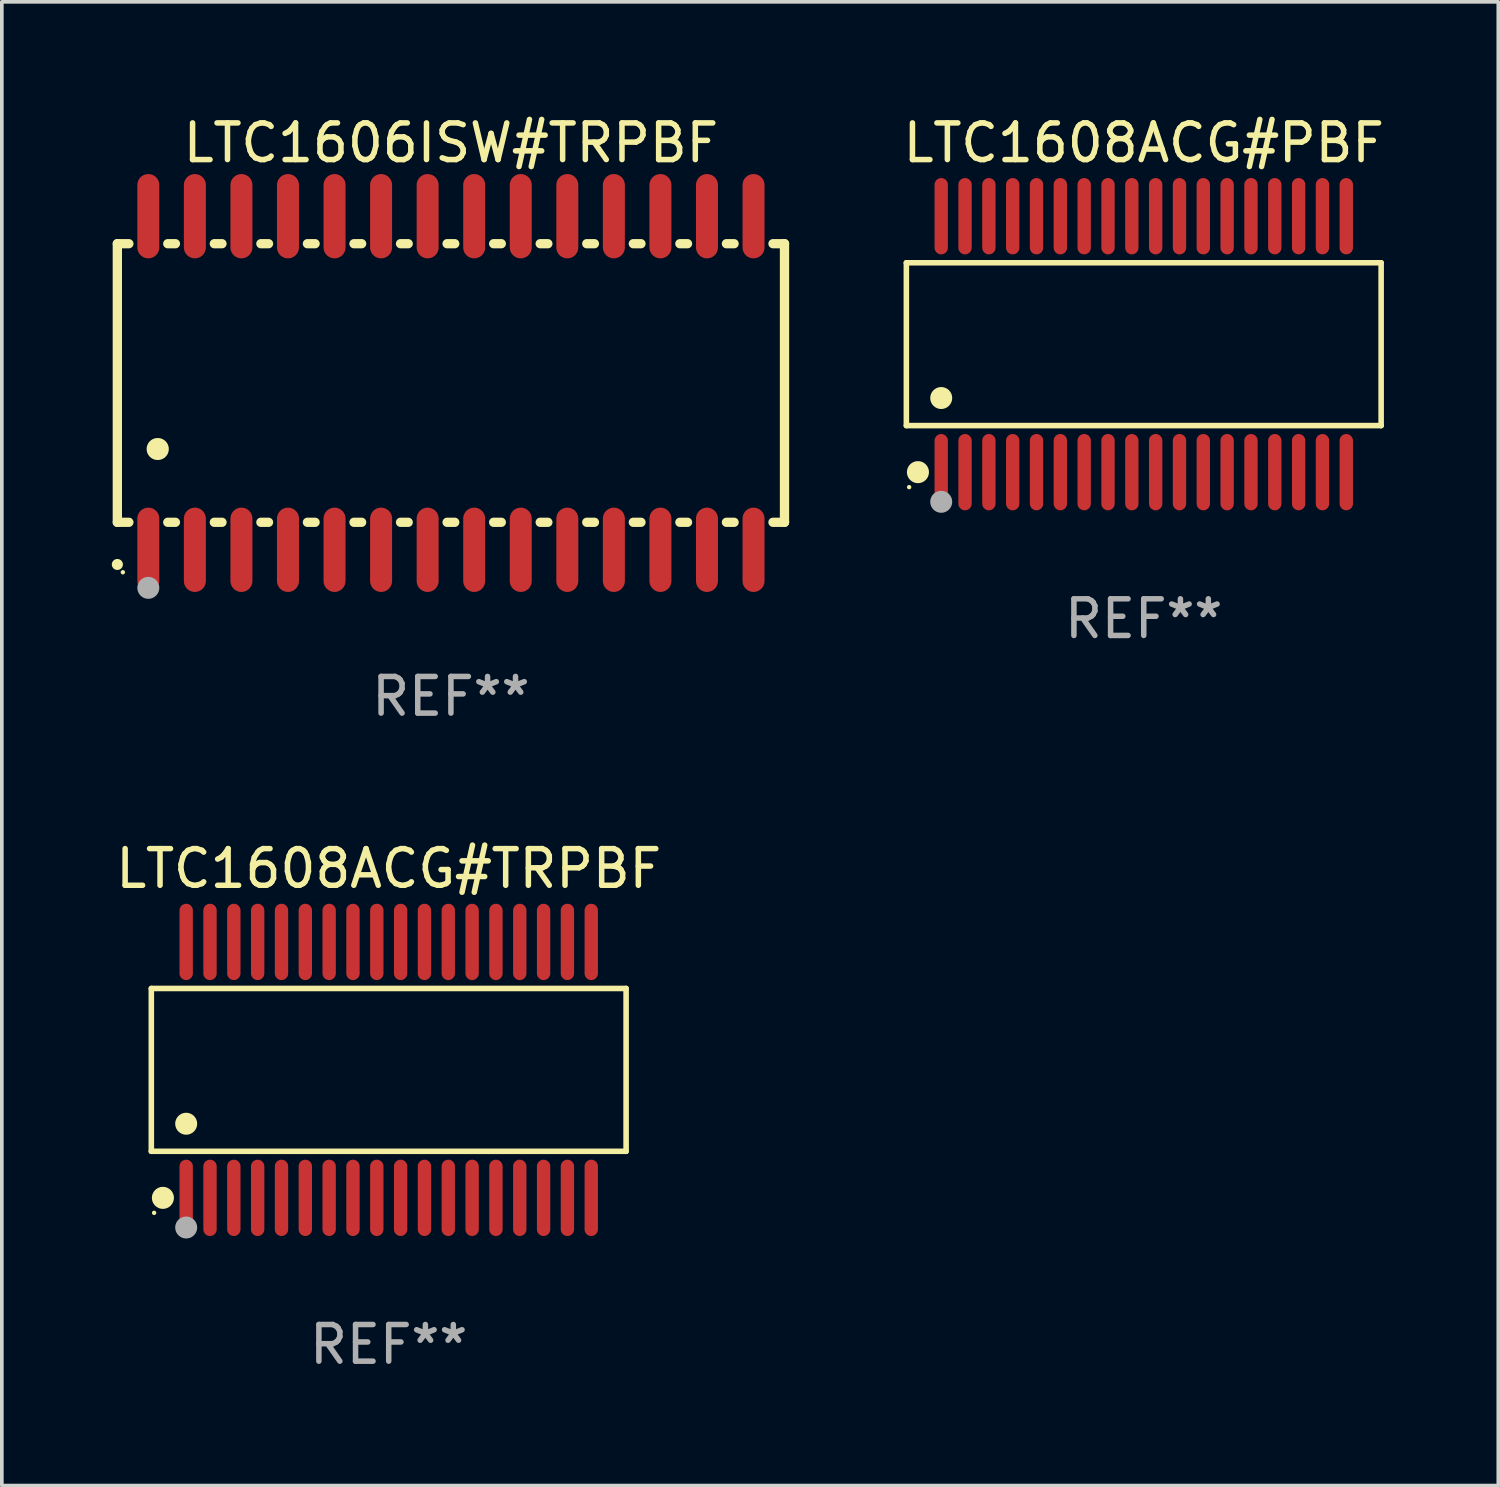
<source format=kicad_pcb>
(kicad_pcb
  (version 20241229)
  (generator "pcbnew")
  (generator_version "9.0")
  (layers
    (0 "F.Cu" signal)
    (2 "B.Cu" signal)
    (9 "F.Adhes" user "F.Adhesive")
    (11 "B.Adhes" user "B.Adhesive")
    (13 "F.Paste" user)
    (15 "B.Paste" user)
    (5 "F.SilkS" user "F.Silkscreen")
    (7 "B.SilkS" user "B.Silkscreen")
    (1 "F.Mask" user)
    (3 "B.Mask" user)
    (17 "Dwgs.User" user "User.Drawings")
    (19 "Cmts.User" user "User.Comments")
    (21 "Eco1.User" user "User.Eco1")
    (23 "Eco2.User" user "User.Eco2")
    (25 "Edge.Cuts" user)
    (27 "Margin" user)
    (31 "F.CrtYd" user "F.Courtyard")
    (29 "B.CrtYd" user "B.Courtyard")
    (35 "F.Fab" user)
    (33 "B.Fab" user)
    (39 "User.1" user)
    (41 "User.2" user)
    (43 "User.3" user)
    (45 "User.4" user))
  (footprint "LTC1608ACG#PBF"
    (layer "F.Cu")
    (at 28.151 6.339)
    (property "Reference" "LTC1608ACG#PBF" (at 0 -5.491 0) (layer "F.SilkS") (effects (font (size 1 1) (thickness 0.15))))
    (attr through_hole)
    (fp_line (start -6.476 -2.221) (end 6.476 -2.221) (stroke (width 0.152) (type solid)) (layer "F.SilkS"))
    (fp_line (start -6.476 2.221) (end -6.476 -2.221) (stroke (width 0.152) (type solid)) (layer "F.SilkS"))
    (fp_line (start 6.476 -2.221) (end 6.476 2.221) (stroke (width 0.152) (type solid)) (layer "F.SilkS"))
    (fp_line (start 6.476 2.221) (end -6.476 2.221) (stroke (width 0.152) (type solid)) (layer "F.SilkS"))
    (fp_circle (center -6.4 3.9) (end -6.37 3.9) (stroke (width 0.06) (type solid)) (fill no) (layer "F.SilkS"))
    (fp_circle (center -6.16 3.491) (end -6.009 3.491) (stroke (width 0.3) (type solid)) (fill no) (layer "F.SilkS"))
    (fp_circle (center -5.525 1.469) (end -5.375 1.469) (stroke (width 0.3) (type solid)) (fill no) (layer "F.SilkS"))
    (fp_circle (center -5.525 4.3) (end -5.375 4.3) (stroke (width 0.3) (type solid)) (fill no) (layer "F.Fab"))
    (fp_text user "REF**" (at 0 7.491 0) (layer "F.Fab") (effects (font (size 1 1) (thickness 0.15))))
    (pad "1" smd oval (at -5.525 3.491) (size 0.364 2.082) (layers "F.Cu" "F.Mask" "F.Paste"))
    (pad "2" smd oval (at -4.875 3.491) (size 0.364 2.082) (layers "F.Cu" "F.Mask" "F.Paste"))
    (pad "3" smd oval (at -4.225 3.491) (size 0.364 2.082) (layers "F.Cu" "F.Mask" "F.Paste"))
    (pad "4" smd oval (at -3.575 3.491) (size 0.364 2.082) (layers "F.Cu" "F.Mask" "F.Paste"))
    (pad "5" smd oval (at -2.925 3.491) (size 0.364 2.082) (layers "F.Cu" "F.Mask" "F.Paste"))
    (pad "6" smd oval (at -2.275 3.491) (size 0.364 2.082) (layers "F.Cu" "F.Mask" "F.Paste"))
    (pad "7" smd oval (at -1.625 3.491) (size 0.364 2.082) (layers "F.Cu" "F.Mask" "F.Paste"))
    (pad "8" smd oval (at -0.975 3.491) (size 0.364 2.082) (layers "F.Cu" "F.Mask" "F.Paste"))
    (pad "9" smd oval (at -0.325 3.491) (size 0.364 2.082) (layers "F.Cu" "F.Mask" "F.Paste"))
    (pad "10" smd oval (at 0.325 3.491) (size 0.364 2.082) (layers "F.Cu" "F.Mask" "F.Paste"))
    (pad "11" smd oval (at 0.975 3.491) (size 0.364 2.082) (layers "F.Cu" "F.Mask" "F.Paste"))
    (pad "12" smd oval (at 1.625 3.491) (size 0.364 2.082) (layers "F.Cu" "F.Mask" "F.Paste"))
    (pad "13" smd oval (at 2.275 3.491) (size 0.364 2.082) (layers "F.Cu" "F.Mask" "F.Paste"))
    (pad "14" smd oval (at 2.925 3.491) (size 0.364 2.082) (layers "F.Cu" "F.Mask" "F.Paste"))
    (pad "15" smd oval (at 3.575 3.491) (size 0.364 2.082) (layers "F.Cu" "F.Mask" "F.Paste"))
    (pad "16" smd oval (at 4.225 3.491) (size 0.364 2.082) (layers "F.Cu" "F.Mask" "F.Paste"))
    (pad "17" smd oval (at 4.875 3.491) (size 0.364 2.082) (layers "F.Cu" "F.Mask" "F.Paste"))
    (pad "18" smd oval (at 5.525 3.491) (size 0.364 2.082) (layers "F.Cu" "F.Mask" "F.Paste"))
    (pad "19" smd oval (at 5.525 -3.491) (size 0.364 2.082) (layers "F.Cu" "F.Mask" "F.Paste"))
    (pad "20" smd oval (at 4.875 -3.491) (size 0.364 2.082) (layers "F.Cu" "F.Mask" "F.Paste"))
    (pad "21" smd oval (at 4.225 -3.491) (size 0.364 2.082) (layers "F.Cu" "F.Mask" "F.Paste"))
    (pad "22" smd oval (at 3.575 -3.491) (size 0.364 2.082) (layers "F.Cu" "F.Mask" "F.Paste"))
    (pad "23" smd oval (at 2.925 -3.491) (size 0.364 2.082) (layers "F.Cu" "F.Mask" "F.Paste"))
    (pad "24" smd oval (at 2.275 -3.491) (size 0.364 2.082) (layers "F.Cu" "F.Mask" "F.Paste"))
    (pad "25" smd oval (at 1.625 -3.491) (size 0.364 2.082) (layers "F.Cu" "F.Mask" "F.Paste"))
    (pad "26" smd oval (at 0.975 -3.491) (size 0.364 2.082) (layers "F.Cu" "F.Mask" "F.Paste"))
    (pad "27" smd oval (at 0.325 -3.491) (size 0.364 2.082) (layers "F.Cu" "F.Mask" "F.Paste"))
    (pad "28" smd oval (at -0.325 -3.491) (size 0.364 2.082) (layers "F.Cu" "F.Mask" "F.Paste"))
    (pad "29" smd oval (at -0.975 -3.491) (size 0.364 2.082) (layers "F.Cu" "F.Mask" "F.Paste"))
    (pad "30" smd oval (at -1.625 -3.491) (size 0.364 2.082) (layers "F.Cu" "F.Mask" "F.Paste"))
    (pad "31" smd oval (at -2.275 -3.491) (size 0.364 2.082) (layers "F.Cu" "F.Mask" "F.Paste"))
    (pad "32" smd oval (at -2.925 -3.491) (size 0.364 2.082) (layers "F.Cu" "F.Mask" "F.Paste"))
    (pad "33" smd oval (at -3.575 -3.491) (size 0.364 2.082) (layers "F.Cu" "F.Mask" "F.Paste"))
    (pad "34" smd oval (at -4.225 -3.491) (size 0.364 2.082) (layers "F.Cu" "F.Mask" "F.Paste"))
    (pad "35" smd oval (at -4.875 -3.491) (size 0.364 2.082) (layers "F.Cu" "F.Mask" "F.Paste"))
    (pad "36" smd oval (at -5.525 -3.491) (size 0.364 2.082) (layers "F.Cu" "F.Mask" "F.Paste")))
  (footprint "LTC1608ACG#TRPBF"
    (layer "F.Cu")
    (at 7.554 26.136)
    (property "Reference" "LTC1608ACG#TRPBF" (at 0 -5.491 0) (layer "F.SilkS") (effects (font (size 1 1) (thickness 0.15))))
    (attr through_hole)
    (fp_line (start -6.476 -2.221) (end 6.476 -2.221) (stroke (width 0.152) (type solid)) (layer "F.SilkS"))
    (fp_line (start -6.476 2.221) (end -6.476 -2.221) (stroke (width 0.152) (type solid)) (layer "F.SilkS"))
    (fp_line (start 6.476 -2.221) (end 6.476 2.221) (stroke (width 0.152) (type solid)) (layer "F.SilkS"))
    (fp_line (start 6.476 2.221) (end -6.476 2.221) (stroke (width 0.152) (type solid)) (layer "F.SilkS"))
    (fp_circle (center -6.4 3.9) (end -6.37 3.9) (stroke (width 0.06) (type solid)) (fill no) (layer "F.SilkS"))
    (fp_circle (center -6.16 3.491) (end -6.009 3.491) (stroke (width 0.3) (type solid)) (fill no) (layer "F.SilkS"))
    (fp_circle (center -5.525 1.469) (end -5.375 1.469) (stroke (width 0.3) (type solid)) (fill no) (layer "F.SilkS"))
    (fp_circle (center -5.525 4.3) (end -5.375 4.3) (stroke (width 0.3) (type solid)) (fill no) (layer "F.Fab"))
    (fp_text user "REF**" (at 0 7.491 0) (layer "F.Fab") (effects (font (size 1 1) (thickness 0.15))))
    (pad "1" smd oval (at -5.525 3.491) (size 0.364 2.082) (layers "F.Cu" "F.Mask" "F.Paste"))
    (pad "2" smd oval (at -4.875 3.491) (size 0.364 2.082) (layers "F.Cu" "F.Mask" "F.Paste"))
    (pad "3" smd oval (at -4.225 3.491) (size 0.364 2.082) (layers "F.Cu" "F.Mask" "F.Paste"))
    (pad "4" smd oval (at -3.575 3.491) (size 0.364 2.082) (layers "F.Cu" "F.Mask" "F.Paste"))
    (pad "5" smd oval (at -2.925 3.491) (size 0.364 2.082) (layers "F.Cu" "F.Mask" "F.Paste"))
    (pad "6" smd oval (at -2.275 3.491) (size 0.364 2.082) (layers "F.Cu" "F.Mask" "F.Paste"))
    (pad "7" smd oval (at -1.625 3.491) (size 0.364 2.082) (layers "F.Cu" "F.Mask" "F.Paste"))
    (pad "8" smd oval (at -0.975 3.491) (size 0.364 2.082) (layers "F.Cu" "F.Mask" "F.Paste"))
    (pad "9" smd oval (at -0.325 3.491) (size 0.364 2.082) (layers "F.Cu" "F.Mask" "F.Paste"))
    (pad "10" smd oval (at 0.325 3.491) (size 0.364 2.082) (layers "F.Cu" "F.Mask" "F.Paste"))
    (pad "11" smd oval (at 0.975 3.491) (size 0.364 2.082) (layers "F.Cu" "F.Mask" "F.Paste"))
    (pad "12" smd oval (at 1.625 3.491) (size 0.364 2.082) (layers "F.Cu" "F.Mask" "F.Paste"))
    (pad "13" smd oval (at 2.275 3.491) (size 0.364 2.082) (layers "F.Cu" "F.Mask" "F.Paste"))
    (pad "14" smd oval (at 2.925 3.491) (size 0.364 2.082) (layers "F.Cu" "F.Mask" "F.Paste"))
    (pad "15" smd oval (at 3.575 3.491) (size 0.364 2.082) (layers "F.Cu" "F.Mask" "F.Paste"))
    (pad "16" smd oval (at 4.225 3.491) (size 0.364 2.082) (layers "F.Cu" "F.Mask" "F.Paste"))
    (pad "17" smd oval (at 4.875 3.491) (size 0.364 2.082) (layers "F.Cu" "F.Mask" "F.Paste"))
    (pad "18" smd oval (at 5.525 3.491) (size 0.364 2.082) (layers "F.Cu" "F.Mask" "F.Paste"))
    (pad "19" smd oval (at 5.525 -3.491) (size 0.364 2.082) (layers "F.Cu" "F.Mask" "F.Paste"))
    (pad "20" smd oval (at 4.875 -3.491) (size 0.364 2.082) (layers "F.Cu" "F.Mask" "F.Paste"))
    (pad "21" smd oval (at 4.225 -3.491) (size 0.364 2.082) (layers "F.Cu" "F.Mask" "F.Paste"))
    (pad "22" smd oval (at 3.575 -3.491) (size 0.364 2.082) (layers "F.Cu" "F.Mask" "F.Paste"))
    (pad "23" smd oval (at 2.925 -3.491) (size 0.364 2.082) (layers "F.Cu" "F.Mask" "F.Paste"))
    (pad "24" smd oval (at 2.275 -3.491) (size 0.364 2.082) (layers "F.Cu" "F.Mask" "F.Paste"))
    (pad "25" smd oval (at 1.625 -3.491) (size 0.364 2.082) (layers "F.Cu" "F.Mask" "F.Paste"))
    (pad "26" smd oval (at 0.975 -3.491) (size 0.364 2.082) (layers "F.Cu" "F.Mask" "F.Paste"))
    (pad "27" smd oval (at 0.325 -3.491) (size 0.364 2.082) (layers "F.Cu" "F.Mask" "F.Paste"))
    (pad "28" smd oval (at -0.325 -3.491) (size 0.364 2.082) (layers "F.Cu" "F.Mask" "F.Paste"))
    (pad "29" smd oval (at -0.975 -3.491) (size 0.364 2.082) (layers "F.Cu" "F.Mask" "F.Paste"))
    (pad "30" smd oval (at -1.625 -3.491) (size 0.364 2.082) (layers "F.Cu" "F.Mask" "F.Paste"))
    (pad "31" smd oval (at -2.275 -3.491) (size 0.364 2.082) (layers "F.Cu" "F.Mask" "F.Paste"))
    (pad "32" smd oval (at -2.925 -3.491) (size 0.364 2.082) (layers "F.Cu" "F.Mask" "F.Paste"))
    (pad "33" smd oval (at -3.575 -3.491) (size 0.364 2.082) (layers "F.Cu" "F.Mask" "F.Paste"))
    (pad "34" smd oval (at -4.225 -3.491) (size 0.364 2.082) (layers "F.Cu" "F.Mask" "F.Paste"))
    (pad "35" smd oval (at -4.875 -3.491) (size 0.364 2.082) (layers "F.Cu" "F.Mask" "F.Paste"))
    (pad "36" smd oval (at -5.525 -3.491) (size 0.364 2.082) (layers "F.Cu" "F.Mask" "F.Paste")))
  (footprint "LTC1606ISW#TRPBF"
    (layer "F.Cu")
    (at 9.251 7.398)
    (property "Reference" "LTC1606ISW#TRPBF" (at 0 -6.55 0) (layer "F.SilkS") (effects (font (size 1 1) (thickness 0.15))))
    (attr through_hole)
    (fp_line (start -9.1 -3.8) (end -9.1 3.8) (stroke (width 0.254) (type solid)) (layer "F.SilkS"))
    (fp_line (start -9.1 -3.8) (end -8.786 -3.8) (stroke (width 0.254) (type solid)) (layer "F.SilkS"))
    (fp_line (start -9.1 3.8) (end -8.786 3.8) (stroke (width 0.254) (type solid)) (layer "F.SilkS"))
    (fp_line (start -7.724 -3.8) (end -7.516 -3.8) (stroke (width 0.254) (type solid)) (layer "F.SilkS"))
    (fp_line (start -7.724 3.8) (end -7.516 3.8) (stroke (width 0.254) (type solid)) (layer "F.SilkS"))
    (fp_line (start -6.454 -3.8) (end -6.246 -3.8) (stroke (width 0.254) (type solid)) (layer "F.SilkS"))
    (fp_line (start -6.454 3.8) (end -6.246 3.8) (stroke (width 0.254) (type solid)) (layer "F.SilkS"))
    (fp_line (start -5.184 -3.8) (end -4.976 -3.8) (stroke (width 0.254) (type solid)) (layer "F.SilkS"))
    (fp_line (start -5.184 3.8) (end -4.976 3.8) (stroke (width 0.254) (type solid)) (layer "F.SilkS"))
    (fp_line (start -3.914 -3.8) (end -3.706 -3.8) (stroke (width 0.254) (type solid)) (layer "F.SilkS"))
    (fp_line (start -3.914 3.8) (end -3.706 3.8) (stroke (width 0.254) (type solid)) (layer "F.SilkS"))
    (fp_line (start -2.644 -3.8) (end -2.436 -3.8) (stroke (width 0.254) (type solid)) (layer "F.SilkS"))
    (fp_line (start -2.644 3.8) (end -2.436 3.8) (stroke (width 0.254) (type solid)) (layer "F.SilkS"))
    (fp_line (start -1.374 -3.8) (end -1.166 -3.8) (stroke (width 0.254) (type solid)) (layer "F.SilkS"))
    (fp_line (start -1.374 3.8) (end -1.166 3.8) (stroke (width 0.254) (type solid)) (layer "F.SilkS"))
    (fp_line (start -0.104 -3.8) (end 0.104 -3.8) (stroke (width 0.254) (type solid)) (layer "F.SilkS"))
    (fp_line (start -0.104 3.8) (end 0.104 3.8) (stroke (width 0.254) (type solid)) (layer "F.SilkS"))
    (fp_line (start 1.166 -3.8) (end 1.374 -3.8) (stroke (width 0.254) (type solid)) (layer "F.SilkS"))
    (fp_line (start 1.166 3.8) (end 1.374 3.8) (stroke (width 0.254) (type solid)) (layer "F.SilkS"))
    (fp_line (start 2.436 -3.8) (end 2.644 -3.8) (stroke (width 0.254) (type solid)) (layer "F.SilkS"))
    (fp_line (start 2.436 3.8) (end 2.644 3.8) (stroke (width 0.254) (type solid)) (layer "F.SilkS"))
    (fp_line (start 3.706 -3.8) (end 3.914 -3.8) (stroke (width 0.254) (type solid)) (layer "F.SilkS"))
    (fp_line (start 3.706 3.8) (end 3.914 3.8) (stroke (width 0.254) (type solid)) (layer "F.SilkS"))
    (fp_line (start 4.976 -3.8) (end 5.184 -3.8) (stroke (width 0.254) (type solid)) (layer "F.SilkS"))
    (fp_line (start 4.976 3.8) (end 5.184 3.8) (stroke (width 0.254) (type solid)) (layer "F.SilkS"))
    (fp_line (start 6.246 -3.8) (end 6.454 -3.8) (stroke (width 0.254) (type solid)) (layer "F.SilkS"))
    (fp_line (start 6.246 3.8) (end 6.454 3.8) (stroke (width 0.254) (type solid)) (layer "F.SilkS"))
    (fp_line (start 7.516 -3.8) (end 7.724 -3.8) (stroke (width 0.254) (type solid)) (layer "F.SilkS"))
    (fp_line (start 7.516 3.8) (end 7.724 3.8) (stroke (width 0.254) (type solid)) (layer "F.SilkS"))
    (fp_line (start 8.786 -3.8) (end 9.1 -3.8) (stroke (width 0.254) (type solid)) (layer "F.SilkS"))
    (fp_line (start 8.786 3.8) (end 9.1 3.8) (stroke (width 0.254) (type solid)) (layer "F.SilkS"))
    (fp_line (start 9.1 -3.8) (end 9.1 3.8) (stroke (width 0.254) (type solid)) (layer "F.SilkS"))
    (fp_arc (start -9.100864 4.95047) (mid -9.099594 4.950465) (end -9.098324 4.95047) (stroke (width 0.3) (type solid)) (layer "F.SilkS"))
    (fp_arc (start -8.001041 1.800864) (mid -7.998501 1.800853) (end -7.995961 1.800864) (stroke (width 0.6) (type solid)) (layer "F.SilkS"))
    (fp_circle (center -8.95 5.163) (end -8.92 5.163) (stroke (width 0.06) (type solid)) (fill no) (layer "F.SilkS"))
    (fp_circle (center -8.255 5.588) (end -8.105 5.588) (stroke (width 0.3) (type solid)) (fill no) (layer "F.Fab"))
    (fp_text user "REF**" (at 0 8.55 0) (layer "F.Fab") (effects (font (size 1 1) (thickness 0.15))))
    (pad "1" smd oval (at -8.255 4.55 180) (size 0.6 2.3) (layers "F.Cu" "F.Mask" "F.Paste"))
    (pad "2" smd oval (at -6.985 4.55 180) (size 0.6 2.3) (layers "F.Cu" "F.Mask" "F.Paste"))
    (pad "3" smd oval (at -5.715 4.55 180) (size 0.6 2.3) (layers "F.Cu" "F.Mask" "F.Paste"))
    (pad "4" smd oval (at -4.445 4.55 180) (size 0.6 2.3) (layers "F.Cu" "F.Mask" "F.Paste"))
    (pad "5" smd oval (at -3.175 4.55 180) (size 0.6 2.3) (layers "F.Cu" "F.Mask" "F.Paste"))
    (pad "6" smd oval (at -1.905 4.55 180) (size 0.6 2.3) (layers "F.Cu" "F.Mask" "F.Paste"))
    (pad "7" smd oval (at -0.635 4.55 180) (size 0.6 2.3) (layers "F.Cu" "F.Mask" "F.Paste"))
    (pad "8" smd oval (at 0.635 4.55 180) (size 0.6 2.3) (layers "F.Cu" "F.Mask" "F.Paste"))
    (pad "9" smd oval (at 1.905 4.55 180) (size 0.6 2.3) (layers "F.Cu" "F.Mask" "F.Paste"))
    (pad "10" smd oval (at 3.175 4.55 180) (size 0.6 2.3) (layers "F.Cu" "F.Mask" "F.Paste"))
    (pad "11" smd oval (at 4.445 4.55 180) (size 0.6 2.3) (layers "F.Cu" "F.Mask" "F.Paste"))
    (pad "12" smd oval (at 5.715 4.55 180) (size 0.6 2.3) (layers "F.Cu" "F.Mask" "F.Paste"))
    (pad "13" smd oval (at 6.985 4.55 180) (size 0.6 2.3) (layers "F.Cu" "F.Mask" "F.Paste"))
    (pad "14" smd oval (at 8.255 4.55 180) (size 0.6 2.3) (layers "F.Cu" "F.Mask" "F.Paste"))
    (pad "15" smd oval (at 8.255 -4.55 180) (size 0.6 2.3) (layers "F.Cu" "F.Mask" "F.Paste"))
    (pad "16" smd oval (at 6.985 -4.55 180) (size 0.6 2.3) (layers "F.Cu" "F.Mask" "F.Paste"))
    (pad "17" smd oval (at 5.715 -4.55 180) (size 0.6 2.3) (layers "F.Cu" "F.Mask" "F.Paste"))
    (pad "18" smd oval (at 4.445 -4.55 180) (size 0.6 2.3) (layers "F.Cu" "F.Mask" "F.Paste"))
    (pad "19" smd oval (at 3.175 -4.55 180) (size 0.6 2.3) (layers "F.Cu" "F.Mask" "F.Paste"))
    (pad "20" smd oval (at 1.905 -4.55 180) (size 0.6 2.3) (layers "F.Cu" "F.Mask" "F.Paste"))
    (pad "21" smd oval (at 0.635 -4.55 180) (size 0.6 2.3) (layers "F.Cu" "F.Mask" "F.Paste"))
    (pad "22" smd oval (at -0.635 -4.55 180) (size 0.6 2.3) (layers "F.Cu" "F.Mask" "F.Paste"))
    (pad "23" smd oval (at -1.905 -4.55 180) (size 0.6 2.3) (layers "F.Cu" "F.Mask" "F.Paste"))
    (pad "24" smd oval (at -3.175 -4.55 180) (size 0.6 2.3) (layers "F.Cu" "F.Mask" "F.Paste"))
    (pad "25" smd oval (at -4.445 -4.55 180) (size 0.6 2.3) (layers "F.Cu" "F.Mask" "F.Paste"))
    (pad "26" smd oval (at -5.715 -4.55 180) (size 0.6 2.3) (layers "F.Cu" "F.Mask" "F.Paste"))
    (pad "27" smd oval (at -6.985 -4.55 180) (size 0.6 2.3) (layers "F.Cu" "F.Mask" "F.Paste"))
    (pad "28" smd oval (at -8.255 -4.55 180) (size 0.6 2.3) (layers "F.Cu" "F.Mask" "F.Paste")))
  (gr_rect
    (start -3 -3)
    (end 37.823 37.475)
    (stroke (width 0.1) (type default))
    (fill no)
    (layer "Edge.Cuts")))
</source>
